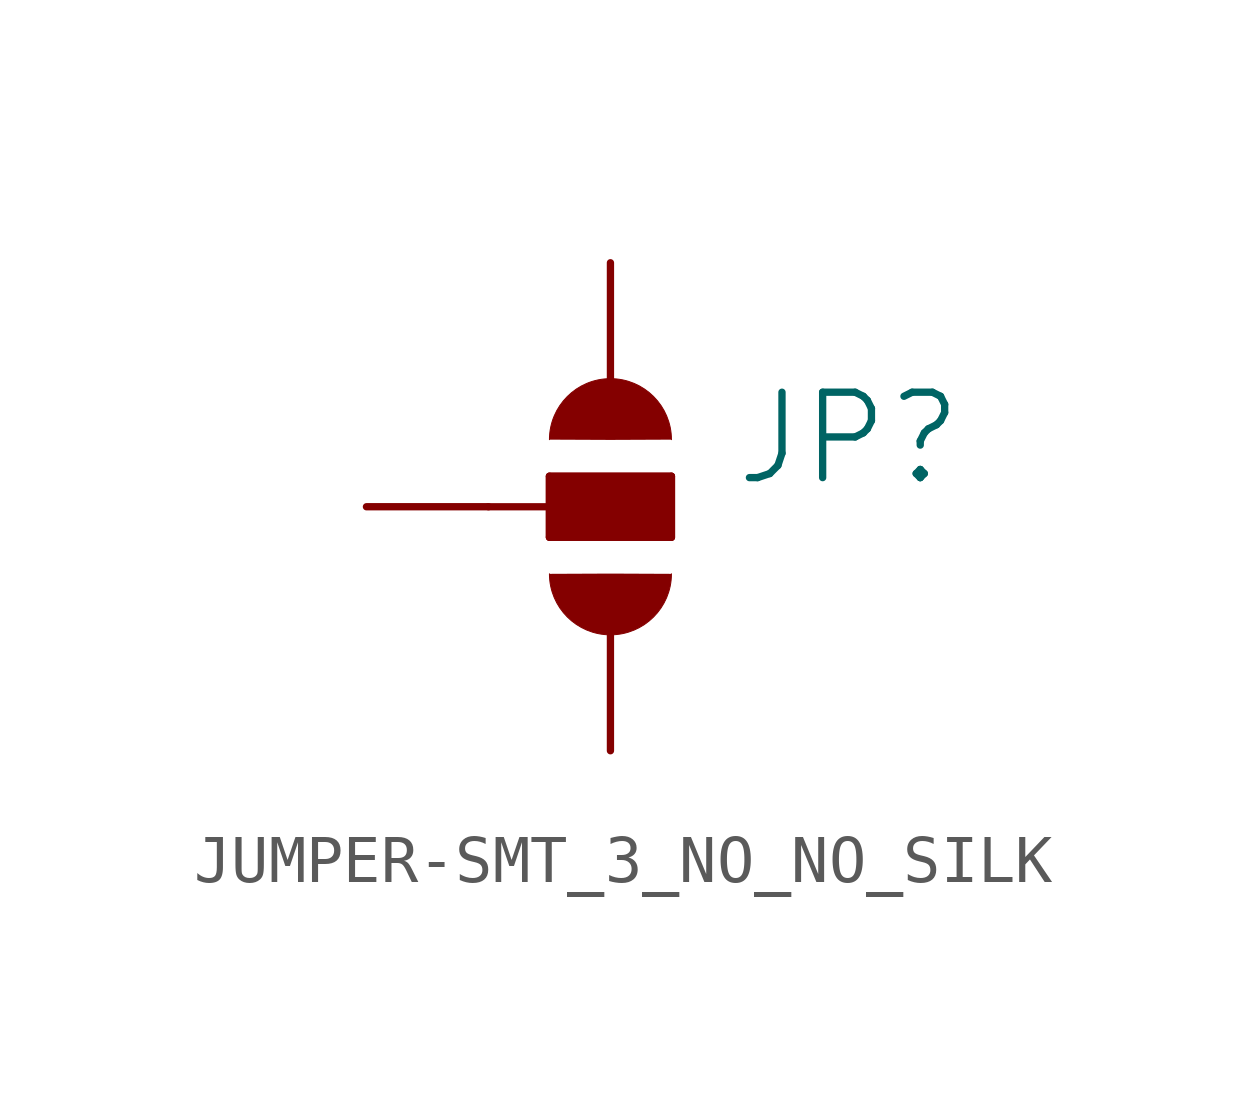
<source format=kicad_sym>
(kicad_symbol_lib
  (version 20220914)
  (generator kicad_symbol_editor)
  (symbol "JUMPER-SMT_3_NO_NO_SILK"
    (property "Reference" "JP"
      (at 2.54 0.381 0)
      (effects (font (size 1.778 1.778)) (justify left bottom)))
    (property "Value" ""
      (at 2.54 -0.381 0)
      (effects (font (size 1.778 1.778)) (justify left top)))
    (property "ki_locked" ""
      (at 0 0 0)
      (effects (font (size 1.27 1.27))))
    (symbol "JUMPER-SMT_3_NO_NO_SILK_1_0"
      (arc (start -1.27 -1.397) (mid 0 -2.667) (end 1.27 -1.397) (stroke (width 0.0001) (type solid)) (fill (type outline)))
      (rectangle (start -1.27 -0.635) (end 1.27 0.635) (stroke (width 0) (type default)) (fill (type outline)))
      (polyline (pts (xy -2.54 0) (xy -1.27 0)) (stroke (width 0.152) (type solid)) (fill (type none)))
      (polyline (pts (xy -1.27 -0.635) (xy -1.27 0)) (stroke (width 0.152) (type solid)) (fill (type none)))
      (polyline (pts (xy -1.27 0) (xy -1.27 0.635)) (stroke (width 0.152) (type solid)) (fill (type none)))
      (polyline (pts (xy -1.27 0.635) (xy 1.27 0.635)) (stroke (width 0.152) (type solid)) (fill (type none)))
      (polyline (pts (xy 1.27 -0.635) (xy -1.27 -0.635)) (stroke (width 0.152) (type solid)) (fill (type none)))
      (polyline (pts (xy 1.27 0.635) (xy 1.27 -0.635)) (stroke (width 0.152) (type solid)) (fill (type none)))
      (arc (start 1.27 1.397) (mid 0 2.667) (end -1.27 1.397) (stroke (width 0.0001) (type solid)) (fill (type outline)))
      (pin passive line (at 0 5.08 270) (length 2.54) (name "1" (effects (font (size 0 0)))) (number "1" (effects (font (size 0 0)))))
      (pin passive line (at -5.08 0 0) (length 2.54) (name "2" (effects (font (size 0 0)))) (number "2" (effects (font (size 0 0)))))
      (pin passive line (at 0 -5.08 90) (length 2.54) (name "3" (effects (font (size 0 0)))) (number "3" (effects (font (size 0 0))))))))
</source>
